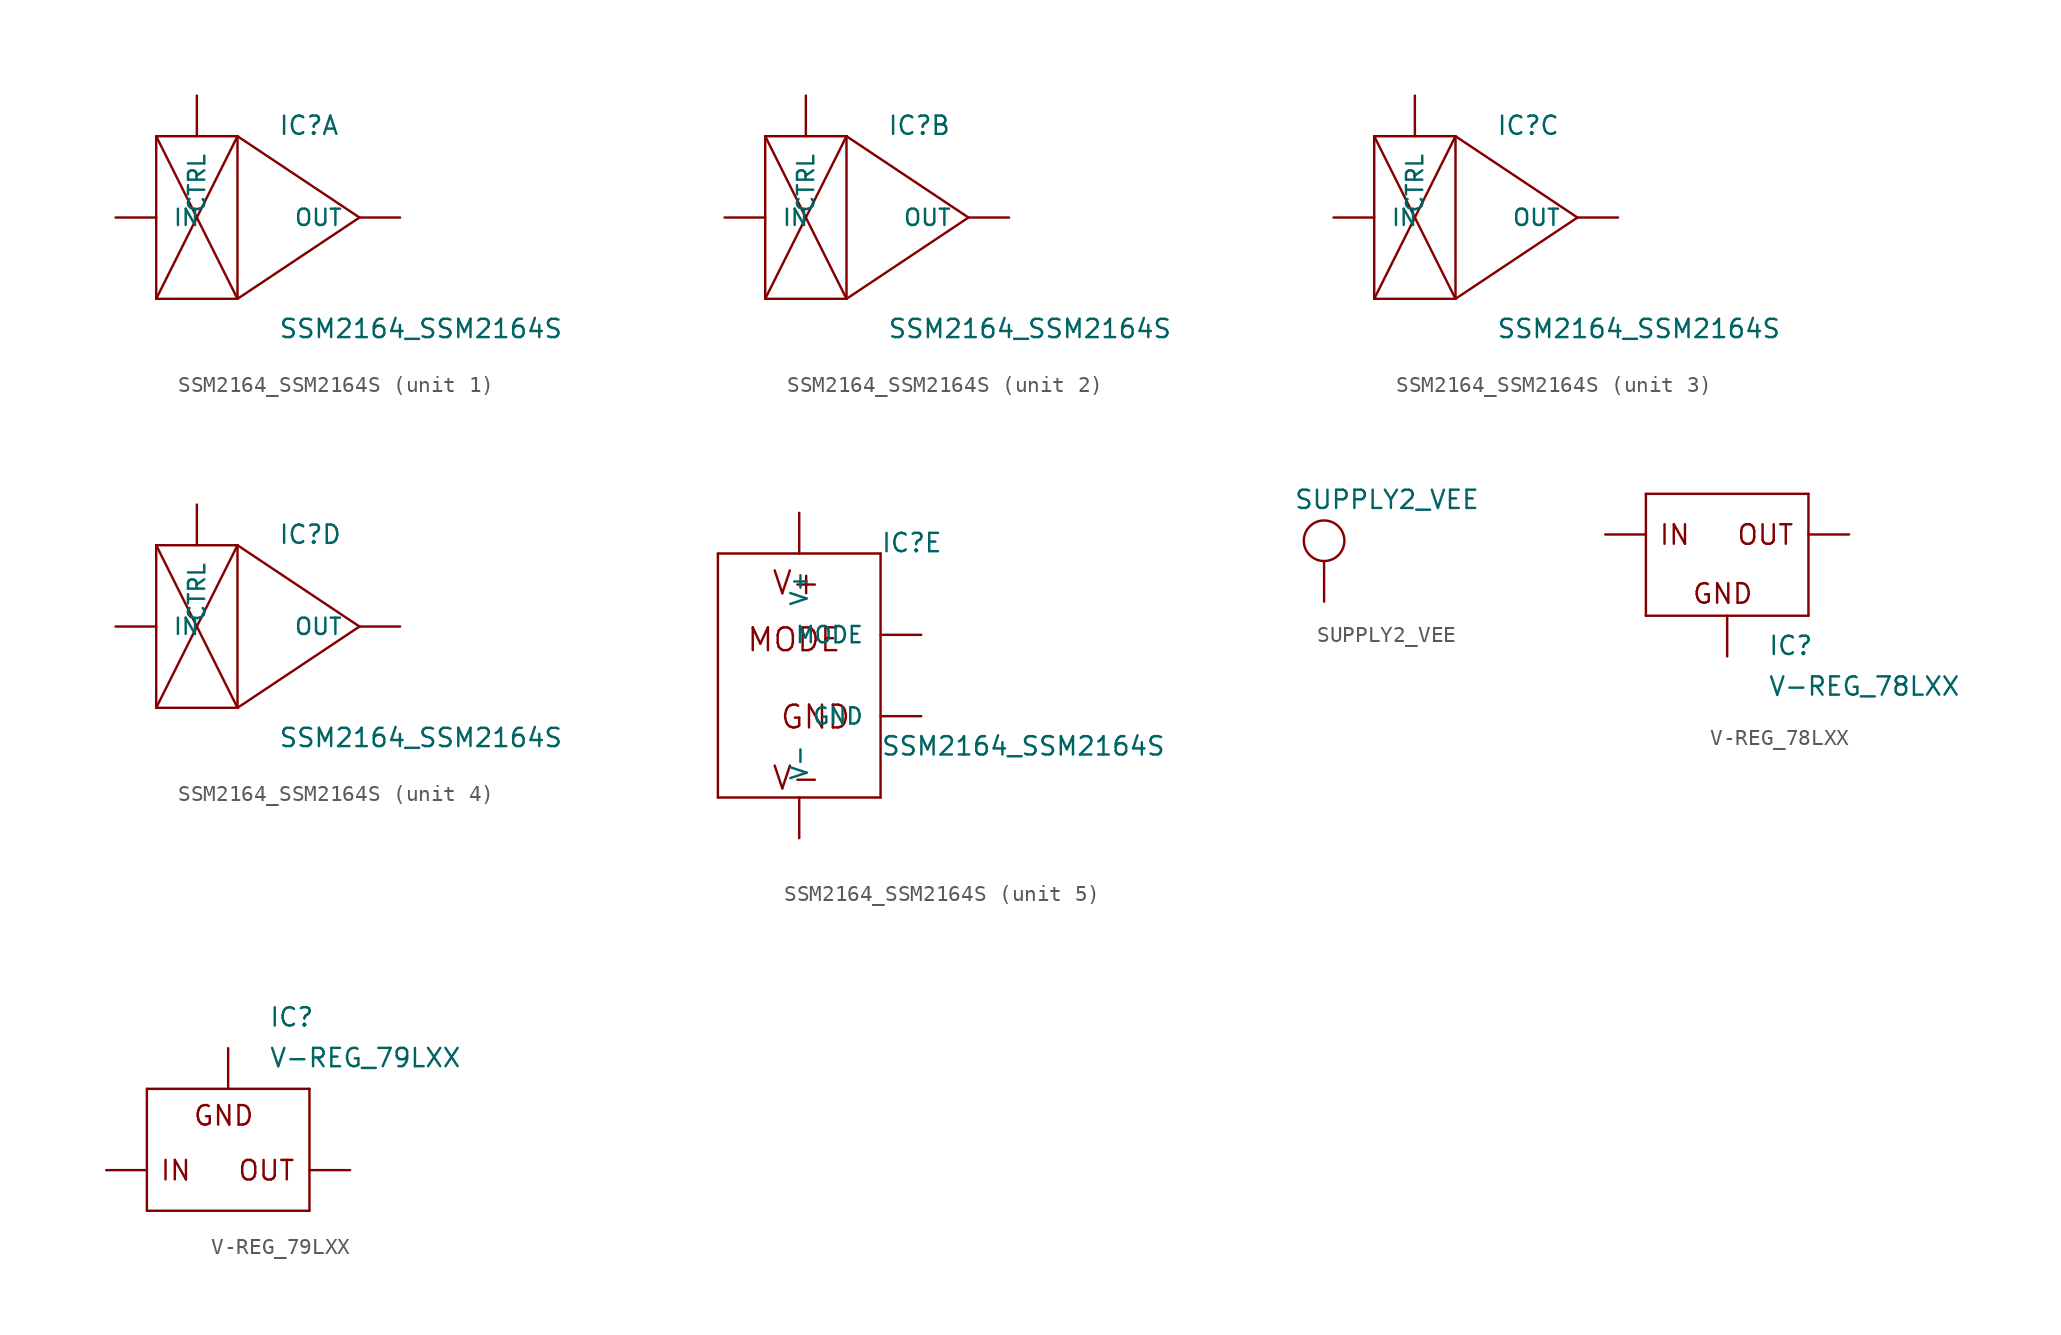
<source format=kicad_sym>
(kicad_symbol_lib
  (version 20210619)
  (generator kicad_symbol_editor)
  (symbol "SSM2164_SSM2164S"
    (pin_numbers hide)
    (pin_names
      (offset 1.016))
    (property "Reference" "IC"
      (at 5.08 5.08 0)
      (effects (font (size 1.143 1.143)) (justify left bottom)))
    (property "Value" "SSM2164_SSM2164S"
      (at 5.08 -7.62 0)
      (effects (font (size 1.143 1.143)) (justify left bottom)))
    (property "ki_locked" ""
      (at 0 0 0)
      (effects (font (size 1.27 1.27))))
    (symbol "SSM2164_SSM2164S_1_0"
      (polyline (pts (xy -2.54 -5.08) (xy 2.54 -5.08)) (stroke (width 0)) (fill (type none)))
      (polyline (pts (xy -2.54 -5.08) (xy 2.54 5.08)) (stroke (width 0)) (fill (type none)))
      (polyline (pts (xy -2.54 5.08) (xy -2.54 -5.08)) (stroke (width 0)) (fill (type none)))
      (polyline (pts (xy -2.54 5.08) (xy 2.54 -5.08)) (stroke (width 0)) (fill (type none)))
      (polyline (pts (xy 2.54 -5.08) (xy 2.54 5.08)) (stroke (width 0)) (fill (type none)))
      (polyline (pts (xy 2.54 5.08) (xy -2.54 5.08)) (stroke (width 0)) (fill (type none)))
      (polyline (pts (xy 2.54 5.08) (xy 10.16 0)) (stroke (width 0)) (fill (type none)))
      (polyline (pts (xy 10.16 0) (xy 2.54 -5.08)) (stroke (width 0)) (fill (type none))))
    (symbol "SSM2164_SSM2164S_1_1"
      (pin input line (at -5.08 0 0) (length 2.54) (name "IN" (effects (font (size 1.016 1.016)))) (number "2" (effects (font (size 1.016 1.016)))))
      (pin input line (at 0 7.62 270) (length 2.54) (name "CTRL" (effects (font (size 1.016 1.016)))) (number "3" (effects (font (size 1.016 1.016)))))
      (pin output line (at 12.7 0 180) (length 2.54) (name "OUT" (effects (font (size 1.016 1.016)))) (number "4" (effects (font (size 1.016 1.016))))))
    (symbol "SSM2164_SSM2164S_2_0"
      (polyline (pts (xy -2.54 -5.08) (xy 2.54 -5.08)) (stroke (width 0)) (fill (type none)))
      (polyline (pts (xy -2.54 -5.08) (xy 2.54 5.08)) (stroke (width 0)) (fill (type none)))
      (polyline (pts (xy -2.54 5.08) (xy -2.54 -5.08)) (stroke (width 0)) (fill (type none)))
      (polyline (pts (xy -2.54 5.08) (xy 2.54 -5.08)) (stroke (width 0)) (fill (type none)))
      (polyline (pts (xy 2.54 -5.08) (xy 2.54 5.08)) (stroke (width 0)) (fill (type none)))
      (polyline (pts (xy 2.54 5.08) (xy -2.54 5.08)) (stroke (width 0)) (fill (type none)))
      (polyline (pts (xy 2.54 5.08) (xy 10.16 0)) (stroke (width 0)) (fill (type none)))
      (polyline (pts (xy 10.16 0) (xy 2.54 -5.08)) (stroke (width 0)) (fill (type none))))
    (symbol "SSM2164_SSM2164S_2_1"
      (pin output line (at 12.7 0 180) (length 2.54) (name "OUT" (effects (font (size 1.016 1.016)))) (number "5" (effects (font (size 1.016 1.016)))))
      (pin input line (at 0 7.62 270) (length 2.54) (name "CTRL" (effects (font (size 1.016 1.016)))) (number "6" (effects (font (size 1.016 1.016)))))
      (pin input line (at -5.08 0 0) (length 2.54) (name "IN" (effects (font (size 1.016 1.016)))) (number "7" (effects (font (size 1.016 1.016))))))
    (symbol "SSM2164_SSM2164S_3_0"
      (polyline (pts (xy -2.54 -5.08) (xy 2.54 -5.08)) (stroke (width 0)) (fill (type none)))
      (polyline (pts (xy -2.54 -5.08) (xy 2.54 5.08)) (stroke (width 0)) (fill (type none)))
      (polyline (pts (xy -2.54 5.08) (xy -2.54 -5.08)) (stroke (width 0)) (fill (type none)))
      (polyline (pts (xy -2.54 5.08) (xy 2.54 -5.08)) (stroke (width 0)) (fill (type none)))
      (polyline (pts (xy 2.54 -5.08) (xy 2.54 5.08)) (stroke (width 0)) (fill (type none)))
      (polyline (pts (xy 2.54 5.08) (xy -2.54 5.08)) (stroke (width 0)) (fill (type none)))
      (polyline (pts (xy 2.54 5.08) (xy 10.16 0)) (stroke (width 0)) (fill (type none)))
      (polyline (pts (xy 10.16 0) (xy 2.54 -5.08)) (stroke (width 0)) (fill (type none))))
    (symbol "SSM2164_SSM2164S_3_1"
      (pin input line (at -5.08 0 0) (length 2.54) (name "IN" (effects (font (size 1.016 1.016)))) (number "10" (effects (font (size 1.016 1.016)))))
      (pin input line (at 0 7.62 270) (length 2.54) (name "CTRL" (effects (font (size 1.016 1.016)))) (number "11" (effects (font (size 1.016 1.016)))))
      (pin output line (at 12.7 0 180) (length 2.54) (name "OUT" (effects (font (size 1.016 1.016)))) (number "12" (effects (font (size 1.016 1.016))))))
    (symbol "SSM2164_SSM2164S_4_0"
      (polyline (pts (xy -2.54 -5.08) (xy 2.54 -5.08)) (stroke (width 0)) (fill (type none)))
      (polyline (pts (xy -2.54 -5.08) (xy 2.54 5.08)) (stroke (width 0)) (fill (type none)))
      (polyline (pts (xy -2.54 5.08) (xy -2.54 -5.08)) (stroke (width 0)) (fill (type none)))
      (polyline (pts (xy -2.54 5.08) (xy 2.54 -5.08)) (stroke (width 0)) (fill (type none)))
      (polyline (pts (xy 2.54 -5.08) (xy 2.54 5.08)) (stroke (width 0)) (fill (type none)))
      (polyline (pts (xy 2.54 5.08) (xy -2.54 5.08)) (stroke (width 0)) (fill (type none)))
      (polyline (pts (xy 2.54 5.08) (xy 10.16 0)) (stroke (width 0)) (fill (type none)))
      (polyline (pts (xy 10.16 0) (xy 2.54 -5.08)) (stroke (width 0)) (fill (type none))))
    (symbol "SSM2164_SSM2164S_4_1"
      (pin output line (at 12.7 0 180) (length 2.54) (name "OUT" (effects (font (size 1.016 1.016)))) (number "13" (effects (font (size 1.016 1.016)))))
      (pin input line (at 0 7.62 270) (length 2.54) (name "CTRL" (effects (font (size 1.016 1.016)))) (number "14" (effects (font (size 1.016 1.016)))))
      (pin input line (at -5.08 0 0) (length 2.54) (name "IN" (effects (font (size 1.016 1.016)))) (number "15" (effects (font (size 1.016 1.016))))))
    (symbol "SSM2164_SSM2164S_5_0"
      (text "GND" (at 1.016 -5.131 0) (effects (font (size 1.422 1.422))))
      (text "MODE" (at -0.33 -0.305 0) (effects (font (size 1.422 1.422))))
      (text "V+" (at -0.178 3.251 0) (effects (font (size 1.422 1.422))))
      (text "V-" (at -0.178 -8.941 0) (effects (font (size 1.422 1.422))))
      (polyline (pts (xy -5.08 -10.16) (xy -5.08 5.08)) (stroke (width 0)) (fill (type none)))
      (polyline (pts (xy -5.08 5.08) (xy 5.08 5.08)) (stroke (width 0)) (fill (type none)))
      (polyline (pts (xy 5.08 -10.16) (xy -5.08 -10.16)) (stroke (width 0)) (fill (type none)))
      (polyline (pts (xy 5.08 5.08) (xy 5.08 -10.16)) (stroke (width 0)) (fill (type none))))
    (symbol "SSM2164_SSM2164S_5_1"
      (pin input line (at 7.62 0 180) (length 2.54) (name "MODE" (effects (font (size 1.016 1.016)))) (number "1" (effects (font (size 1.016 1.016)))))
      (pin power_in line (at 0 7.62 270) (length 2.54) (name "V+" (effects (font (size 1.016 1.016)))) (number "16" (effects (font (size 1.016 1.016)))))
      (pin power_in line (at 7.62 -5.08 180) (length 2.54) (name "GND" (effects (font (size 1.016 1.016)))) (number "8" (effects (font (size 1.016 1.016)))))
      (pin power_in line (at 0 -12.7 90) (length 2.54) (name "V-" (effects (font (size 1.016 1.016)))) (number "9" (effects (font (size 1.016 1.016)))))))
  (symbol "SUPPLY2_VEE"
    (power)
    (pin_numbers hide)
    (pin_names
      (offset 1.016) hide)
    (property "Reference" "#SUPPLY"
      (at 0 0 0)
      (effects (font (size 1.143 1.143)) (justify left bottom) hide))
    (property "Value" "SUPPLY2_VEE"
      (at -1.905 3.175 0)
      (effects (font (size 1.143 1.143)) (justify left bottom)))
    (property "ki_locked" ""
      (at 0 0 0)
      (effects (font (size 1.27 1.27))))
    (symbol "SUPPLY2_VEE_1_0"
      (polyline (pts (xy 0 -2.54) (xy 0 0)) (stroke (width 0)) (fill (type none))))
    (symbol "SUPPLY2_VEE_1_1"
      (circle (center 0 1.27) (radius 1.27) (stroke (width 0)) (fill (type none)))
      (pin power_in line (at 0 -2.54 90) (length 2.54) hide (name "VEE" (effects (font (size 1.016 1.016)))) (number "~" (effects (font (size 1.016 1.016)))))))
  (symbol "V-REG_78LXX"
    (pin_numbers hide)
    (pin_names
      (offset 1.016) hide)
    (property "Reference" "IC"
      (at 2.54 -7.62 0)
      (effects (font (size 1.143 1.143)) (justify left bottom)))
    (property "Value" "V-REG_78LXX"
      (at 2.54 -10.16 0)
      (effects (font (size 1.143 1.143)) (justify left bottom)))
    (property "ki_locked" ""
      (at 0 0 0)
      (effects (font (size 1.27 1.27))))
    (symbol "V-REG_78LXX_1_0"
      (text "GND" (at -0.279 -3.708 0) (effects (font (size 1.219 1.219))))
      (text "IN" (at -3.277 -0.025 0) (effects (font (size 1.219 1.219))))
      (text "OUT" (at 2.388 -0.025 0) (effects (font (size 1.219 1.219))))
      (polyline (pts (xy -5.08 -5.08) (xy 5.08 -5.08)) (stroke (width 0)) (fill (type none)))
      (polyline (pts (xy -5.08 2.54) (xy -5.08 -5.08)) (stroke (width 0)) (fill (type none)))
      (polyline (pts (xy 5.08 -5.08) (xy 5.08 2.54)) (stroke (width 0)) (fill (type none)))
      (polyline (pts (xy 5.08 2.54) (xy -5.08 2.54)) (stroke (width 0)) (fill (type none))))
    (symbol "V-REG_78LXX_1_1"
      (pin input line (at 0 -7.62 90) (length 2.54) (name "GND" (effects (font (size 1.016 1.016)))) (number "GND" (effects (font (size 1.016 1.016)))))
      (pin input line (at -7.62 0 0) (length 2.54) (name "IN" (effects (font (size 1.016 1.016)))) (number "IN" (effects (font (size 1.016 1.016)))))
      (pin passive line (at 7.62 0 180) (length 2.54) (name "OUT" (effects (font (size 1.016 1.016)))) (number "OUT" (effects (font (size 1.016 1.016)))))))
  (symbol "V-REG_79LXX"
    (pin_numbers hide)
    (pin_names
      (offset 1.016) hide)
    (property "Reference" "IC"
      (at 2.54 8.89 0)
      (effects (font (size 1.143 1.143)) (justify left bottom)))
    (property "Value" "V-REG_79LXX"
      (at 2.54 6.35 0)
      (effects (font (size 1.143 1.143)) (justify left bottom)))
    (property "ki_locked" ""
      (at 0 0 0)
      (effects (font (size 1.27 1.27))))
    (symbol "V-REG_79LXX_1_0"
      (text "GND" (at -0.279 3.404 0) (effects (font (size 1.219 1.219))))
      (text "IN" (at -3.277 -0.025 0) (effects (font (size 1.219 1.219))))
      (text "OUT" (at 2.388 -0.025 0) (effects (font (size 1.219 1.219))))
      (polyline (pts (xy -5.08 -2.54) (xy 5.08 -2.54)) (stroke (width 0)) (fill (type none)))
      (polyline (pts (xy -5.08 5.08) (xy -5.08 -2.54)) (stroke (width 0)) (fill (type none)))
      (polyline (pts (xy 5.08 -2.54) (xy 5.08 5.08)) (stroke (width 0)) (fill (type none)))
      (polyline (pts (xy 5.08 5.08) (xy -5.08 5.08)) (stroke (width 0)) (fill (type none))))
    (symbol "V-REG_79LXX_1_1"
      (pin input line (at 0 7.62 270) (length 2.54) (name "GND" (effects (font (size 1.016 1.016)))) (number "GND" (effects (font (size 1.016 1.016)))))
      (pin input line (at -7.62 0 0) (length 2.54) (name "IN" (effects (font (size 1.016 1.016)))) (number "IN" (effects (font (size 1.016 1.016)))))
      (pin passive line (at 7.62 0 180) (length 2.54) (name "OUT" (effects (font (size 1.016 1.016)))) (number "OUT" (effects (font (size 1.016 1.016))))))))
</source>
